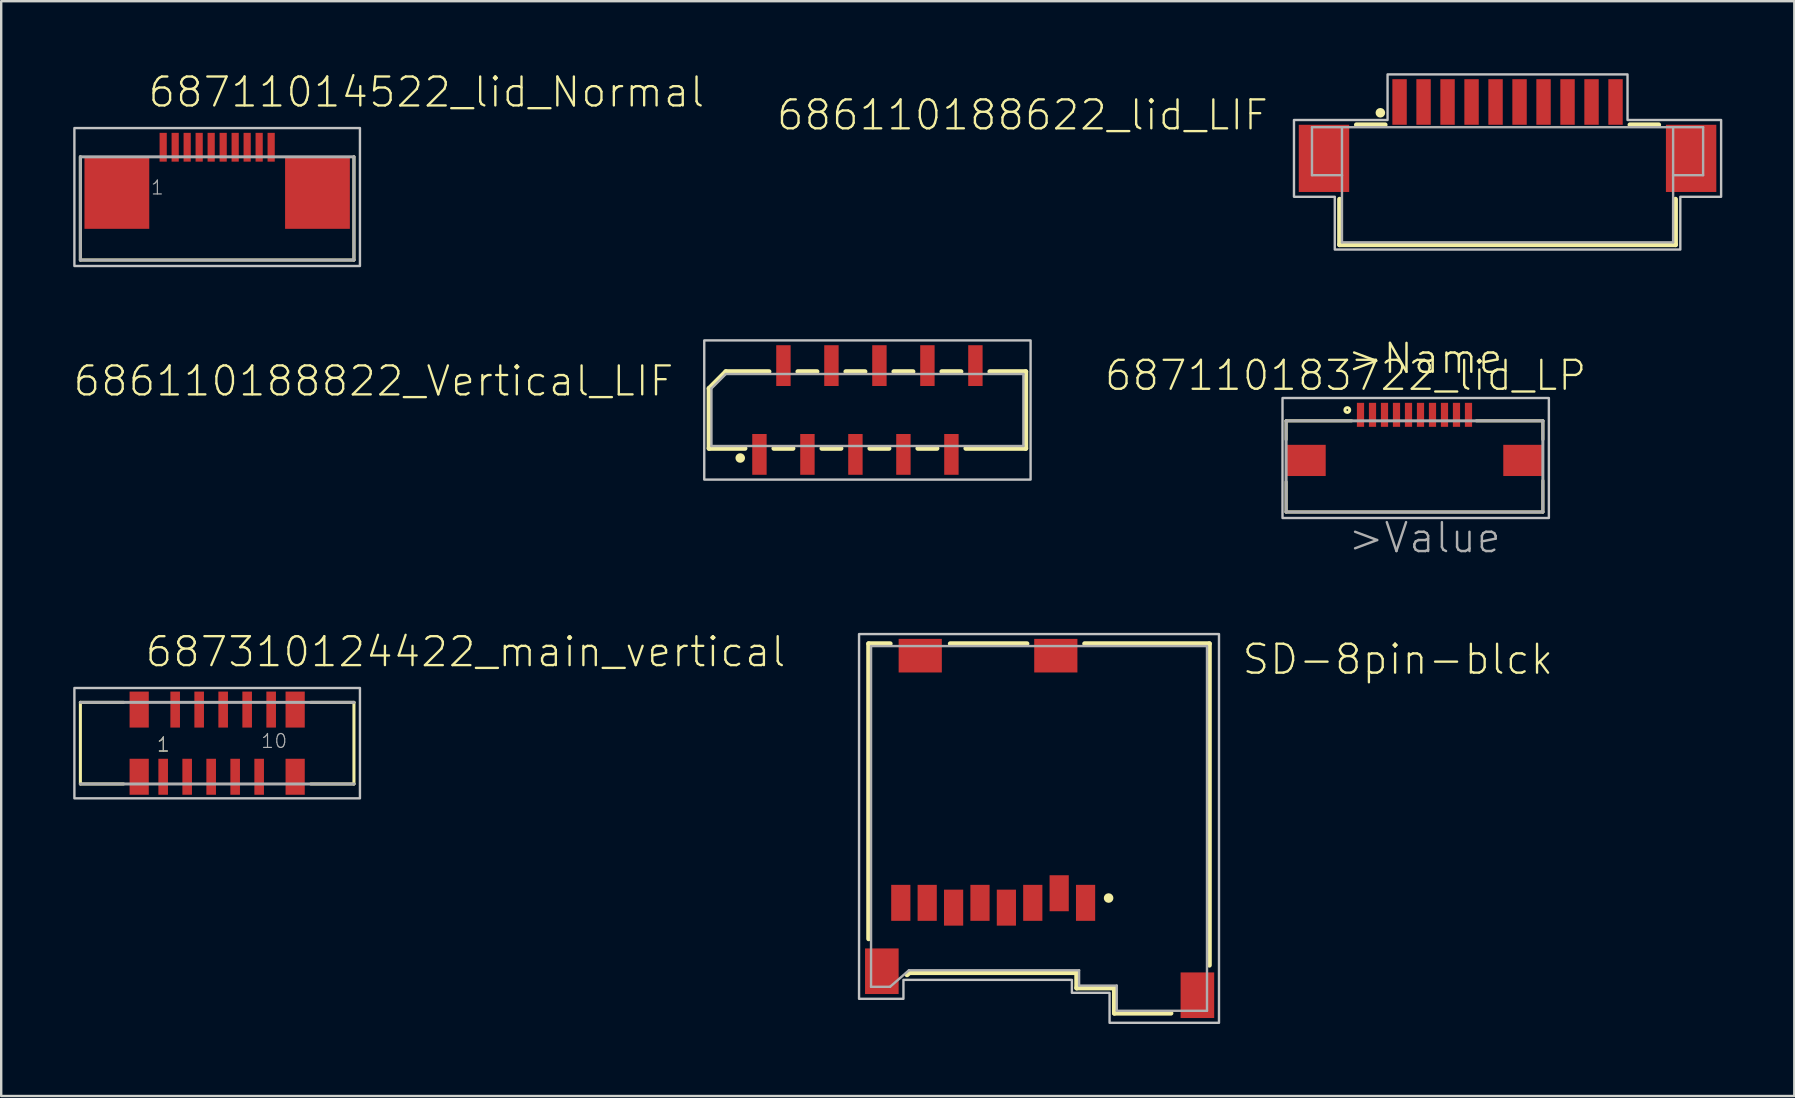
<source format=kicad_pcb>
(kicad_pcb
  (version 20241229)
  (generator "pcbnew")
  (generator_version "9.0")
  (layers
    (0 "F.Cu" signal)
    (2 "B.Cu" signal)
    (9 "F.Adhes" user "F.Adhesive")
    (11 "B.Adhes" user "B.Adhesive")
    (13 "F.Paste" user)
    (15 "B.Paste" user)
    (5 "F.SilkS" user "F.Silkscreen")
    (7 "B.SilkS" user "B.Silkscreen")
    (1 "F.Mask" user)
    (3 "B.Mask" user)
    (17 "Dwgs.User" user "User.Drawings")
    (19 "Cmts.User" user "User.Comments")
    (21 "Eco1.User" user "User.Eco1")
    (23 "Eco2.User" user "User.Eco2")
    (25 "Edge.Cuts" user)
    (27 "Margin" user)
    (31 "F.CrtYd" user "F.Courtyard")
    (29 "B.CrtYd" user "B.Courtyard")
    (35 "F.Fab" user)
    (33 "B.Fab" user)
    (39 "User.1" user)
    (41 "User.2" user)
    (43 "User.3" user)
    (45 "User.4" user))
  (footprint "68711014522_lid_Normal"
    (layer "F.Cu")
    (at 6 4.986)
    (property "Reference" "68711014522_lid_Normal" (at -2.944 -3.49 0) (layer "F.SilkS") (effects (font (size 1.206 1.206) (thickness 0.097)) (justify left bottom)))
    (attr through_hole)
    (fp_line (start -5.7 -1.5) (end -5.7 2.8) (stroke (width 0.127) (type solid)) (layer "F.SilkS"))
    (fp_line (start -5.7 2.8) (end 5.7 2.8) (stroke (width 0.127) (type solid)) (layer "F.SilkS"))
    (fp_line (start 5.7 2.8) (end 5.7 -1.5) (stroke (width 0.127) (type solid)) (layer "F.SilkS"))
    (fp_poly (pts (xy -5.95 -2.7) (xy 5.95 -2.7) (xy 5.95 3.05) (xy -5.95 3.05)) (stroke (width 0.1) (type solid)) (fill no) (layer "Dwgs.User"))
    (fp_line (start -5.7 -1.5) (end 5.7 -1.5) (stroke (width 0.127) (type solid)) (layer "F.Fab"))
    (fp_line (start -5.7 2.8) (end -5.7 -1.5) (stroke (width 0.127) (type solid)) (layer "F.Fab"))
    (fp_line (start -5.7 2.8) (end 5.7 2.8) (stroke (width 0.127) (type solid)) (layer "F.Fab"))
    (fp_line (start 5.7 -1.5) (end 5.7 2.8) (stroke (width 0.127) (type solid)) (layer "F.Fab"))
    (fp_text user "1" (at -2.8 0.12 0) (layer "F.Fab") (effects (font (size 0.579 0.579) (thickness 0.049)) (justify left bottom)))
    (pad "1" smd rect (at -2.25 -1.9) (size 0.3 1.2) (layers "F.Cu" "F.Mask" "F.Paste"))
    (pad "2" smd rect (at -1.75 -1.9) (size 0.3 1.2) (layers "F.Cu" "F.Mask" "F.Paste"))
    (pad "3" smd rect (at -1.25 -1.9) (size 0.3 1.2) (layers "F.Cu" "F.Mask" "F.Paste"))
    (pad "4" smd rect (at -0.75 -1.9) (size 0.3 1.2) (layers "F.Cu" "F.Mask" "F.Paste"))
    (pad "5" smd rect (at -0.25 -1.9) (size 0.3 1.2) (layers "F.Cu" "F.Mask" "F.Paste"))
    (pad "6" smd rect (at 0.25 -1.9) (size 0.3 1.2) (layers "F.Cu" "F.Mask" "F.Paste"))
    (pad "7" smd rect (at 0.75 -1.9) (size 0.3 1.2) (layers "F.Cu" "F.Mask" "F.Paste"))
    (pad "8" smd rect (at 1.25 -1.9) (size 0.3 1.2) (layers "F.Cu" "F.Mask" "F.Paste"))
    (pad "9" smd rect (at 1.75 -1.9) (size 0.3 1.2) (layers "F.Cu" "F.Mask" "F.Paste"))
    (pad "10" smd rect (at 2.25 -1.9) (size 0.3 1.2) (layers "F.Cu" "F.Mask" "F.Paste"))
    (pad "Z1" smd rect (at -4.18 0) (size 2.7 3) (layers "F.Cu" "F.Mask" "F.Paste"))
    (pad "Z2" smd rect (at 4.18 0) (size 2.7 3) (layers "F.Cu" "F.Mask" "F.Paste")))
  (footprint "687310124422_main_vertical"
    (layer "F.Cu")
    (at 6 27.92)
    (property "Reference" "687310124422_main_vertical" (at -3.065 -3.1 0) (layer "F.SilkS") (effects (font (size 1.206 1.206) (thickness 0.097)) (justify left bottom)))
    (attr through_hole)
    (fp_line (start -5.7 -1.7) (end -5.7 1.7) (stroke (width 0.127) (type solid)) (layer "F.SilkS"))
    (fp_line (start -3.9 -1.7) (end -5.7 -1.7) (stroke (width 0.127) (type solid)) (layer "F.SilkS"))
    (fp_line (start -3.9 1.7) (end -5.7 1.7) (stroke (width 0.127) (type solid)) (layer "F.SilkS"))
    (fp_line (start 3.9 -1.7) (end 5.7 -1.7) (stroke (width 0.127) (type solid)) (layer "F.SilkS"))
    (fp_line (start 3.9 1.7) (end 5.7 1.7) (stroke (width 0.127) (type solid)) (layer "F.SilkS"))
    (fp_line (start 5.7 1.7) (end 5.7 -1.7) (stroke (width 0.127) (type solid)) (layer "F.SilkS"))
    (fp_poly (pts (xy -5.95 -2.3) (xy 5.95 -2.3) (xy 5.95 2.3) (xy -5.95 2.3)) (stroke (width 0.1) (type solid)) (fill no) (layer "Dwgs.User"))
    (fp_line (start -5.7 1.7) (end 5.7 1.7) (stroke (width 0.127) (type solid)) (layer "F.Fab"))
    (fp_line (start 5.7 -1.7) (end -5.7 -1.7) (stroke (width 0.127) (type solid)) (layer "F.Fab"))
    (fp_text user "1" (at -2.55 0.4 0) (layer "F.SilkS") (effects (font (size 0.579 0.579) (thickness 0.049)) (justify left bottom)))
    (fp_text user "10" (at 1.79 0.25 0) (layer "F.Fab") (effects (font (size 0.579 0.579) (thickness 0.049)) (justify left bottom)))
    (fp_text user "1" (at -2.55 0.4 0) (layer "F.Fab") (effects (font (size 0.579 0.579) (thickness 0.049)) (justify left bottom)))
    (pad "1" smd rect (at -2.25 1.4 180) (size 0.4 1.5) (layers "F.Cu" "F.Mask" "F.Paste"))
    (pad "2" smd rect (at -1.75 -1.4) (size 0.4 1.5) (layers "F.Cu" "F.Mask" "F.Paste"))
    (pad "3" smd rect (at -1.25 1.4 180) (size 0.4 1.5) (layers "F.Cu" "F.Mask" "F.Paste"))
    (pad "4" smd rect (at -0.75 -1.4 180) (size 0.4 1.5) (layers "F.Cu" "F.Mask" "F.Paste"))
    (pad "5" smd rect (at -0.25 1.4 180) (size 0.4 1.5) (layers "F.Cu" "F.Mask" "F.Paste"))
    (pad "6" smd rect (at 0.25 -1.4 180) (size 0.4 1.5) (layers "F.Cu" "F.Mask" "F.Paste"))
    (pad "7" smd rect (at 0.75 1.4 180) (size 0.4 1.5) (layers "F.Cu" "F.Mask" "F.Paste"))
    (pad "8" smd rect (at 1.25 -1.4 180) (size 0.4 1.5) (layers "F.Cu" "F.Mask" "F.Paste"))
    (pad "9" smd rect (at 1.75 1.4 180) (size 0.4 1.5) (layers "F.Cu" "F.Mask" "F.Paste"))
    (pad "10" smd rect (at 2.25 -1.4 180) (size 0.4 1.5) (layers "F.Cu" "F.Mask" "F.Paste"))
    (pad "Z1" smd rect (at -3.25 -1.4 180) (size 0.8 1.5) (layers "F.Cu" "F.Mask" "F.Paste"))
    (pad "Z2" smd rect (at -3.25 1.4 180) (size 0.8 1.5) (layers "F.Cu" "F.Mask" "F.Paste"))
    (pad "Z3" smd rect (at 3.25 1.4 180) (size 0.8 1.5) (layers "F.Cu" "F.Mask" "F.Paste"))
    (pad "Z4" smd rect (at 3.25 -1.4 180) (size 0.8 1.5) (layers "F.Cu" "F.Mask" "F.Paste")))
  (footprint "SD-8pin-blck"
    (layer "F.Cu")
    (at 40.249 31.474)
    (property "Reference" "SD-8pin-blck" (at 8.4 -6.34 0) (layer "F.SilkS") (effects (font (size 1.206 1.206) (thickness 0.097)) (justify left bottom)))
    (attr through_hole)
    (fp_line (start -7.1 -7.7) (end -7.1 4.6) (stroke (width 0.2) (type solid)) (layer "F.SilkS"))
    (fp_line (start -6.2 -7.7) (end -7.1 -7.7) (stroke (width 0.2) (type solid)) (layer "F.SilkS"))
    (fp_line (start -5.5 6.1) (end -5.4 6.01) (stroke (width 0.2) (type solid)) (layer "F.SilkS"))
    (fp_line (start -5.4 6.01) (end 1.57 6.01) (stroke (width 0.2) (type solid)) (layer "F.SilkS"))
    (fp_line (start -3.7 -7.7) (end -0.5 -7.7) (stroke (width 0.2) (type solid)) (layer "F.SilkS"))
    (fp_line (start 1.57 6.01) (end 1.57 6.65) (stroke (width 0.2) (type solid)) (layer "F.SilkS"))
    (fp_line (start 1.57 6.65) (end 3.14 6.65) (stroke (width 0.2) (type solid)) (layer "F.SilkS"))
    (fp_line (start 1.9 -7.7) (end 7.1 -7.7) (stroke (width 0.2) (type solid)) (layer "F.SilkS"))
    (fp_line (start 3.14 6.65) (end 3.14 7.7) (stroke (width 0.2) (type solid)) (layer "F.SilkS"))
    (fp_line (start 3.14 7.7) (end 5.5 7.7) (stroke (width 0.2) (type solid)) (layer "F.SilkS"))
    (fp_line (start 7.1 -7.7) (end 7.1 5.7) (stroke (width 0.2) (type solid)) (layer "F.SilkS"))
    (fp_circle (center 2.9 2.9) (end 3 2.9) (stroke (width 0.2) (type solid)) (fill no) (layer "F.SilkS"))
    (fp_poly (pts (xy 7.5 -8.1) (xy 7.5 8.1) (xy 2.94 8.1) (xy 2.94 6.85) (xy 1.37 6.85) (xy 1.37 6.31) (xy -5.65 6.31) (xy -5.65 7.1) (xy -7.5 7.1) (xy -7.5 -8.1)) (stroke (width 0.1) (type solid)) (fill no) (layer "Dwgs.User"))
    (fp_line (start -7 -7.6) (end -7 6.6) (stroke (width 0.1) (type solid)) (layer "F.Fab"))
    (fp_line (start -6.21 6.6) (end -7 6.6) (stroke (width 0.1) (type solid)) (layer "F.Fab"))
    (fp_line (start -6.21 6.6) (end -5.42 5.91) (stroke (width 0.1) (type solid)) (layer "F.Fab"))
    (fp_line (start -5.42 5.91) (end 1.67 5.91) (stroke (width 0.1) (type solid)) (layer "F.Fab"))
    (fp_line (start 1.67 5.91) (end 1.67 6.55) (stroke (width 0.1) (type solid)) (layer "F.Fab"))
    (fp_line (start 3.24 6.55) (end 1.67 6.55) (stroke (width 0.1) (type solid)) (layer "F.Fab"))
    (fp_line (start 3.24 7.6) (end 3.24 6.55) (stroke (width 0.1) (type solid)) (layer "F.Fab"))
    (fp_line (start 7 -7.6) (end -7 -7.6) (stroke (width 0.1) (type solid)) (layer "F.Fab"))
    (fp_line (start 7 7.6) (end 3.24 7.6) (stroke (width 0.1) (type solid)) (layer "F.Fab"))
    (fp_line (start 7 7.6) (end 7 -7.6) (stroke (width 0.1) (type solid)) (layer "F.Fab"))
    (pad "1" smd rect (at 1.94 3.1 180) (size 0.8 1.5) (layers "F.Cu" "F.Mask" "F.Paste"))
    (pad "2" smd rect (at 0.84 2.7 180) (size 0.8 1.5) (layers "F.Cu" "F.Mask" "F.Paste"))
    (pad "3" smd rect (at -0.26 3.1 180) (size 0.8 1.5) (layers "F.Cu" "F.Mask" "F.Paste"))
    (pad "4" smd rect (at -1.36 3.3 180) (size 0.8 1.5) (layers "F.Cu" "F.Mask" "F.Paste"))
    (pad "5" smd rect (at -2.46 3.1 180) (size 0.8 1.5) (layers "F.Cu" "F.Mask" "F.Paste"))
    (pad "6" smd rect (at -3.56 3.3 180) (size 0.8 1.5) (layers "F.Cu" "F.Mask" "F.Paste"))
    (pad "7" smd rect (at -4.66 3.1 180) (size 0.8 1.5) (layers "F.Cu" "F.Mask" "F.Paste"))
    (pad "8" smd rect (at -5.76 3.1 180) (size 0.8 1.5) (layers "F.Cu" "F.Mask" "F.Paste"))
    (pad "9" smd rect (at 6.6 6.95 180) (size 1.4 1.9) (layers "F.Cu" "F.Mask" "F.Paste"))
    (pad "9-1" smd rect (at -6.55 5.95 180) (size 1.4 1.9) (layers "F.Cu" "F.Mask" "F.Paste"))
    (pad "10" smd rect (at 0.7 -7.2 180) (size 1.8 1.4) (layers "F.Cu" "F.Mask" "F.Paste"))
    (pad "10-1" smd rect (at -4.95 -7.2 180) (size 1.8 1.4) (layers "F.Cu" "F.Mask" "F.Paste")))
  (footprint "687110183722_lid_LP"
    (layer "F.Cu")
    (at 55.896 16.137)
    (property "Reference" "687110183722_lid_LP" (at -2.87 -3.54 0) (layer "F.SilkS") (effects (font (size 1.206 1.206) (thickness 0.097))))
    (attr through_hole)
    (fp_line (start -5.35 -1.65) (end -5.35 -0.87) (stroke (width 0.127) (type solid)) (layer "F.SilkS"))
    (fp_line (start -5.35 0.89) (end -5.35 2.15) (stroke (width 0.127) (type solid)) (layer "F.SilkS"))
    (fp_line (start -5.35 2.15) (end 5.35 2.15) (stroke (width 0.127) (type solid)) (layer "F.SilkS"))
    (fp_line (start -2.62 -1.65) (end -5.35 -1.65) (stroke (width 0.127) (type solid)) (layer "F.SilkS"))
    (fp_line (start 2.58 -1.65) (end 5.35 -1.65) (stroke (width 0.127) (type solid)) (layer "F.SilkS"))
    (fp_line (start 5.35 -1.65) (end 5.35 -0.87) (stroke (width 0.127) (type solid)) (layer "F.SilkS"))
    (fp_line (start 5.35 2.15) (end 5.35 0.84) (stroke (width 0.127) (type solid)) (layer "F.SilkS"))
    (fp_circle (center -2.8 -2.1) (end -2.7 -2.1) (stroke (width 0.127) (type solid)) (fill no) (layer "F.SilkS"))
    (fp_poly (pts (xy -5.5 -2.6) (xy 5.6 -2.6) (xy 5.6 2.4) (xy -5.5 2.4)) (stroke (width 0.1) (type solid)) (fill no) (layer "Dwgs.User"))
    (fp_line (start -5.35 -1.65) (end 5.35 -1.65) (stroke (width 0.127) (type solid)) (layer "F.Fab"))
    (fp_line (start -5.35 2.15) (end -5.35 -1.65) (stroke (width 0.127) (type solid)) (layer "F.Fab"))
    (fp_line (start 5.35 -1.65) (end 5.35 2.15) (stroke (width 0.127) (type solid)) (layer "F.Fab"))
    (fp_line (start 5.35 2.15) (end -5.35 2.15) (stroke (width 0.127) (type solid)) (layer "F.Fab"))
    (fp_text user ">Name" (at -2.87 -3.54 0) (layer "F.SilkS") (effects (font (size 1.206 1.206) (thickness 0.102)) (justify left bottom)))
    (fp_text user ">Value" (at -2.83 3.93 0) (layer "F.Fab") (effects (font (size 1.206 1.206) (thickness 0.102)) (justify left bottom)))
    (pad "1" smd rect (at -2.25 -1.9 90) (size 1 0.3) (layers "F.Cu" "F.Mask" "F.Paste"))
    (pad "2" smd rect (at -1.75 -1.9 90) (size 1 0.3) (layers "F.Cu" "F.Mask" "F.Paste"))
    (pad "3" smd rect (at -1.25 -1.9 90) (size 1 0.3) (layers "F.Cu" "F.Mask" "F.Paste"))
    (pad "4" smd rect (at -0.75 -1.9 90) (size 1 0.3) (layers "F.Cu" "F.Mask" "F.Paste"))
    (pad "5" smd rect (at -0.25 -1.9 90) (size 1 0.3) (layers "F.Cu" "F.Mask" "F.Paste"))
    (pad "6" smd rect (at 0.25 -1.9 90) (size 1 0.3) (layers "F.Cu" "F.Mask" "F.Paste"))
    (pad "7" smd rect (at 0.75 -1.9 90) (size 1 0.3) (layers "F.Cu" "F.Mask" "F.Paste"))
    (pad "8" smd rect (at 1.25 -1.9 90) (size 1 0.3) (layers "F.Cu" "F.Mask" "F.Paste"))
    (pad "9" smd rect (at 1.75 -1.9 90) (size 1 0.3) (layers "F.Cu" "F.Mask" "F.Paste"))
    (pad "10" smd rect (at 2.25 -1.9 90) (size 1 0.3) (layers "F.Cu" "F.Mask" "F.Paste"))
    (pad "Z1" smd rect (at -4.525 0) (size 1.65 1.3) (layers "F.Cu" "F.Mask" "F.Paste"))
    (pad "Z2" smd rect (at 4.525 0) (size 1.65 1.3) (layers "F.Cu" "F.Mask" "F.Paste")))
  (footprint "686110188622_lid_LIF"
    (layer "F.Cu")
    (at 59.774 4.15)
    (property "Reference" "686110188622_lid_LIF" (at -9.9 -1.7 0) (layer "F.SilkS") (effects (font (size 1.206 1.206) (thickness 0.097)) (justify right bottom)))
    (attr through_hole)
    (fp_line (start -7 1.1) (end -7 3) (stroke (width 0.2) (type solid)) (layer "F.SilkS"))
    (fp_line (start -7 3) (end 7 3) (stroke (width 0.2) (type solid)) (layer "F.SilkS"))
    (fp_line (start -6.3 -2) (end -5.1 -2) (stroke (width 0.2) (type solid)) (layer "F.SilkS"))
    (fp_line (start 5.1 -2) (end 6.3 -2) (stroke (width 0.2) (type solid)) (layer "F.SilkS"))
    (fp_line (start 7 3) (end 7 1.1) (stroke (width 0.2) (type solid)) (layer "F.SilkS"))
    (fp_circle (center -5.3 -2.5) (end -5.2 -2.5) (stroke (width 0.2) (type solid)) (fill no) (layer "F.SilkS"))
    (fp_poly (pts (xy 5 -4.1) (xy 5 -2.2) (xy 8.9 -2.2) (xy 8.9 1) (xy 7.2 1) (xy 7.2 3.2) (xy -7.2 3.2) (xy -7.2 1) (xy -8.9 1) (xy -8.9 -2.2) (xy -5 -2.2) (xy -5 -4.1)) (stroke (width 0.1) (type solid)) (fill no) (layer "Dwgs.User"))
    (fp_line (start -8.15 -1.9) (end -8.15 0.1) (stroke (width 0.1) (type solid)) (layer "F.Fab"))
    (fp_line (start -8.15 0.1) (end -6.9 0.1) (stroke (width 0.1) (type solid)) (layer "F.Fab"))
    (fp_line (start -6.9 -1.9) (end -8.15 -1.9) (stroke (width 0.1) (type solid)) (layer "F.Fab"))
    (fp_line (start -6.9 -1.9) (end 6.9 -1.9) (stroke (width 0.1) (type solid)) (layer "F.Fab"))
    (fp_line (start -6.9 0.1) (end -6.9 -1.9) (stroke (width 0.1) (type solid)) (layer "F.Fab"))
    (fp_line (start -6.9 2.9) (end -6.9 0.1) (stroke (width 0.1) (type solid)) (layer "F.Fab"))
    (fp_line (start 6.9 -1.9) (end 6.9 0.1) (stroke (width 0.1) (type solid)) (layer "F.Fab"))
    (fp_line (start 6.9 -1.9) (end 8.15 -1.9) (stroke (width 0.1) (type solid)) (layer "F.Fab"))
    (fp_line (start 6.9 0.1) (end 6.9 2.9) (stroke (width 0.1) (type solid)) (layer "F.Fab"))
    (fp_line (start 6.9 2.9) (end -6.9 2.9) (stroke (width 0.1) (type solid)) (layer "F.Fab"))
    (fp_line (start 8.15 -1.9) (end 8.15 0.1) (stroke (width 0.1) (type solid)) (layer "F.Fab"))
    (fp_line (start 8.15 0.1) (end 6.9 0.1) (stroke (width 0.1) (type solid)) (layer "F.Fab"))
    (pad "1" smd rect (at -4.5 -2.95 90) (size 1.9 0.6) (layers "F.Cu" "F.Mask" "F.Paste"))
    (pad "2" smd rect (at -3.5 -2.95 90) (size 1.9 0.6) (layers "F.Cu" "F.Mask" "F.Paste"))
    (pad "3" smd rect (at -2.5 -2.95 90) (size 1.9 0.6) (layers "F.Cu" "F.Mask" "F.Paste"))
    (pad "4" smd rect (at -1.5 -2.95 90) (size 1.9 0.6) (layers "F.Cu" "F.Mask" "F.Paste"))
    (pad "5" smd rect (at -0.5 -2.95 90) (size 1.9 0.6) (layers "F.Cu" "F.Mask" "F.Paste"))
    (pad "6" smd rect (at 0.5 -2.95 90) (size 1.9 0.6) (layers "F.Cu" "F.Mask" "F.Paste"))
    (pad "7" smd rect (at 1.5 -2.95 90) (size 1.9 0.6) (layers "F.Cu" "F.Mask" "F.Paste"))
    (pad "8" smd rect (at 2.5 -2.95 90) (size 1.9 0.6) (layers "F.Cu" "F.Mask" "F.Paste"))
    (pad "9" smd rect (at 3.5 -2.95 90) (size 1.9 0.6) (layers "F.Cu" "F.Mask" "F.Paste"))
    (pad "10" smd rect (at 4.5 -2.95 90) (size 1.9 0.6) (layers "F.Cu" "F.Mask" "F.Paste"))
    (pad "Z1" smd rect (at -7.65 -0.6) (size 2.1 2.8) (layers "F.Cu" "F.Mask" "F.Paste"))
    (pad "Z2" smd rect (at 7.65 -0.6) (size 2.1 2.8) (layers "F.Cu" "F.Mask" "F.Paste")))
  (footprint "686110188822_Vertical_LIF"
    (layer "F.Cu")
    (at 33.098 14.036)
    (property "Reference" "686110188822_Vertical_LIF" (at -8 -0.5 0) (layer "F.SilkS") (effects (font (size 1.206 1.206) (thickness 0.097)) (justify right bottom)))
    (attr through_hole)
    (fp_line (start -6.6 -0.9) (end -6.6 1.6) (stroke (width 0.2) (type solid)) (layer "F.SilkS"))
    (fp_line (start -6.6 -0.9) (end -5.9 -1.6) (stroke (width 0.2) (type solid)) (layer "F.SilkS"))
    (fp_line (start -6.6 1.6) (end -5.1 1.6) (stroke (width 0.2) (type solid)) (layer "F.SilkS"))
    (fp_line (start -4.1 -1.6) (end -5.9 -1.6) (stroke (width 0.2) (type solid)) (layer "F.SilkS"))
    (fp_line (start -3.9 1.6) (end -3.1 1.6) (stroke (width 0.2) (type solid)) (layer "F.SilkS"))
    (fp_line (start -2.9 -1.6) (end -2.1 -1.6) (stroke (width 0.2) (type solid)) (layer "F.SilkS"))
    (fp_line (start -1.9 1.6) (end -1.1 1.6) (stroke (width 0.2) (type solid)) (layer "F.SilkS"))
    (fp_line (start -0.9 -1.6) (end -0.1 -1.6) (stroke (width 0.2) (type solid)) (layer "F.SilkS"))
    (fp_line (start 0.1 1.6) (end 0.9 1.6) (stroke (width 0.2) (type solid)) (layer "F.SilkS"))
    (fp_line (start 1.1 -1.6) (end 1.9 -1.6) (stroke (width 0.2) (type solid)) (layer "F.SilkS"))
    (fp_line (start 2.1 1.6) (end 2.9 1.6) (stroke (width 0.2) (type solid)) (layer "F.SilkS"))
    (fp_line (start 3.1 -1.6) (end 3.9 -1.6) (stroke (width 0.2) (type solid)) (layer "F.SilkS"))
    (fp_line (start 5.1 -1.6) (end 6.6 -1.6) (stroke (width 0.2) (type solid)) (layer "F.SilkS"))
    (fp_line (start 6.6 -1.6) (end 6.6 1.6) (stroke (width 0.2) (type solid)) (layer "F.SilkS"))
    (fp_line (start 6.6 1.6) (end 4.1 1.6) (stroke (width 0.2) (type solid)) (layer "F.SilkS"))
    (fp_circle (center -5.3 2) (end -5.2 2) (stroke (width 0.2) (type solid)) (fill no) (layer "F.SilkS"))
    (fp_poly (pts (xy -6.8 -2.9) (xy 6.8 -2.9) (xy 6.8 2.9) (xy -6.8 2.9)) (stroke (width 0.1) (type solid)) (fill no) (layer "Dwgs.User"))
    (fp_line (start -6.5 -0.9) (end -5.9 -1.5) (stroke (width 0.1) (type solid)) (layer "F.Fab"))
    (fp_line (start -6.5 1.5) (end -6.5 -0.9) (stroke (width 0.1) (type solid)) (layer "F.Fab"))
    (fp_line (start -5.9 -1.5) (end 6.5 -1.5) (stroke (width 0.1) (type solid)) (layer "F.Fab"))
    (fp_line (start 6.5 -1.5) (end 6.5 1.5) (stroke (width 0.1) (type solid)) (layer "F.Fab"))
    (fp_line (start 6.5 1.5) (end -6.5 1.5) (stroke (width 0.1) (type solid)) (layer "F.Fab"))
    (pad "1" smd rect (at -4.5 1.85) (size 0.6 1.7) (layers "F.Cu" "F.Mask" "F.Paste"))
    (pad "2" smd rect (at -3.5 -1.85) (size 0.6 1.7) (layers "F.Cu" "F.Mask" "F.Paste"))
    (pad "3" smd rect (at -2.5 1.85) (size 0.6 1.7) (layers "F.Cu" "F.Mask" "F.Paste"))
    (pad "4" smd rect (at -1.5 -1.85) (size 0.6 1.7) (layers "F.Cu" "F.Mask" "F.Paste"))
    (pad "5" smd rect (at -0.5 1.85) (size 0.6 1.7) (layers "F.Cu" "F.Mask" "F.Paste"))
    (pad "6" smd rect (at 0.5 -1.85) (size 0.6 1.7) (layers "F.Cu" "F.Mask" "F.Paste"))
    (pad "7" smd rect (at 1.5 1.85) (size 0.6 1.7) (layers "F.Cu" "F.Mask" "F.Paste"))
    (pad "8" smd rect (at 2.5 -1.85) (size 0.6 1.7) (layers "F.Cu" "F.Mask" "F.Paste"))
    (pad "9" smd rect (at 3.5 1.85) (size 0.6 1.7) (layers "F.Cu" "F.Mask" "F.Paste"))
    (pad "10" smd rect (at 4.5 -1.85) (size 0.6 1.7) (layers "F.Cu" "F.Mask" "F.Paste")))
  (gr_rect
    (start -3 -3)
    (end 71.724 42.624)
    (stroke (width 0.1) (type default))
    (fill no)
    (layer "Edge.Cuts")))
</source>
